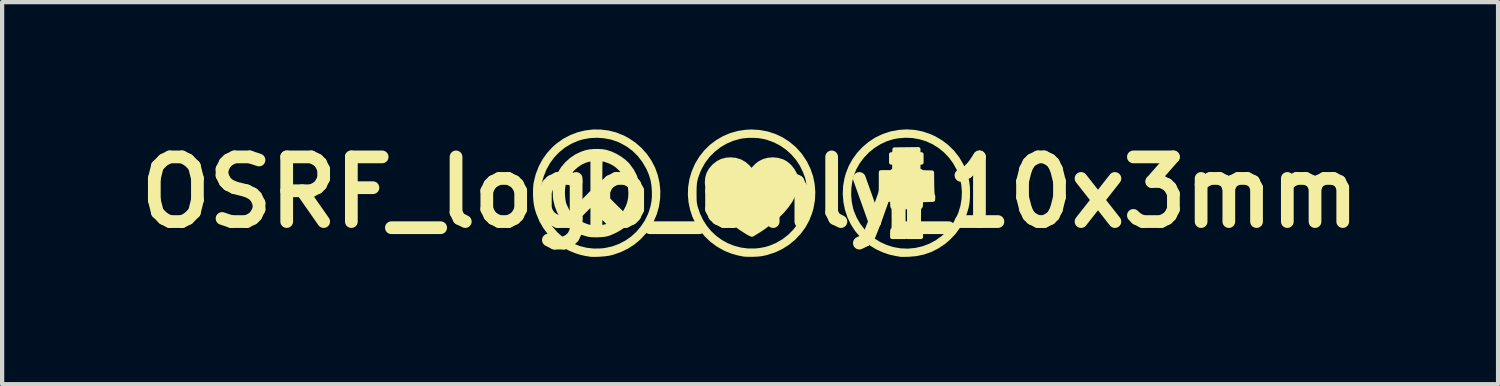
<source format=kicad_pcb>
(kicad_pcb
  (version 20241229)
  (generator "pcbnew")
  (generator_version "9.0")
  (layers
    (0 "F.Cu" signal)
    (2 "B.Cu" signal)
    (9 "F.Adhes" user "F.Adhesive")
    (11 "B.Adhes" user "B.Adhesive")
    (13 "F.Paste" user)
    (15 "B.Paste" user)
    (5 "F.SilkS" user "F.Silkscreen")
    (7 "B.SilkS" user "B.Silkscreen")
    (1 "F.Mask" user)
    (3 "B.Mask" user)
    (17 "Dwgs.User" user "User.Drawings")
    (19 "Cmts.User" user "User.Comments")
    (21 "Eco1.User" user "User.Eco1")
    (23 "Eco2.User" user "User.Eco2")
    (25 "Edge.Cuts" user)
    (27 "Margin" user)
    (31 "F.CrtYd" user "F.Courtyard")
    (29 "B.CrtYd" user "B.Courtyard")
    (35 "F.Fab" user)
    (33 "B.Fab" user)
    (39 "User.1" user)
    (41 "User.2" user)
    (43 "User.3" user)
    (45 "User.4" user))
  (footprint "OSRF_logo_only_10x3mm"
    (layer "F.Cu")
    (at 14.63 1.483)
    (property "Reference" "OSRF_logo_only_10x3mm" (at 0 0 0) (layer "F.SilkS") (effects (font (size 1.524 1.524) (thickness 0.3))))
    (attr through_hole)
    (fp_poly (pts (xy 1.086 -0.266) (xy 1.086 -0.174) (xy 1.075 -0.092) (xy 1.052 -0.009) (xy 1.023 0.063) (xy 0.955 0.194) (xy 0.863 0.327) (xy 0.751 0.459) (xy 0.618 0.59) (xy 0.467 0.717) (xy 0.299 0.84) (xy 0.182 0.917) (xy 0.133 0.947) (xy 0.09 0.973) (xy 0.06 0.991) (xy 0.045 0.998) (xy 0.03 0.994) (xy -0.002 0.979) (xy -0.044 0.956) (xy -0.094 0.926) (xy -0.1 0.922) (xy -0.227 0.84) (xy -0.336 0.763) (xy -0.435 0.686) (xy -0.529 0.605) (xy -0.617 0.52) (xy -0.74 0.388) (xy -0.84 0.261) (xy -0.917 0.136) (xy -0.972 0.014) (xy -1.005 -0.107) (xy -1.016 -0.228) (xy -1.016 -0.233) (xy -1.007 -0.343) (xy -0.978 -0.441) (xy -0.928 -0.53) (xy -0.855 -0.614) (xy -0.844 -0.625) (xy -0.756 -0.694) (xy -0.661 -0.741) (xy -0.557 -0.767) (xy -0.459 -0.774) (xy -0.342 -0.763) (xy -0.233 -0.729) (xy -0.134 -0.673) (xy -0.046 -0.596) (xy 0.016 -0.52) (xy 0.032 -0.5) (xy 0.041 -0.499) (xy 0.051 -0.514) (xy 0.077 -0.55) (xy 0.117 -0.593) (xy 0.162 -0.637) (xy 0.208 -0.674) (xy 0.231 -0.69) (xy 0.327 -0.738) (xy 0.432 -0.766) (xy 0.542 -0.774) (xy 0.652 -0.763) (xy 0.758 -0.731) (xy 0.825 -0.698) (xy 0.886 -0.653) (xy 0.947 -0.593) (xy 1.001 -0.524) (xy 1.042 -0.453) (xy 1.043 -0.451) (xy 1.065 -0.4) (xy 1.077 -0.354) (xy 1.084 -0.301) (xy 1.086 -0.266)) (stroke (width 0.1) (type solid)) (fill yes) (layer "F.SilkS"))
    (fp_poly (pts (xy 5.134 0.012) (xy 5.133 0.116) (xy 5.127 0.204) (xy 5.117 0.283) (xy 5.1 0.361) (xy 5.076 0.445) (xy 5.067 0.474) (xy 5.043 0.535) (xy 5.043 -0.009) (xy 5.029 -0.181) (xy 4.993 -0.349) (xy 4.936 -0.512) (xy 4.918 -0.55) (xy 4.83 -0.709) (xy 4.725 -0.852) (xy 4.604 -0.979) (xy 4.47 -1.087) (xy 4.324 -1.178) (xy 4.168 -1.249) (xy 4.004 -1.299) (xy 3.834 -1.329) (xy 3.659 -1.337) (xy 3.481 -1.322) (xy 3.369 -1.301) (xy 3.207 -1.251) (xy 3.051 -1.179) (xy 2.904 -1.087) (xy 2.769 -0.977) (xy 2.648 -0.851) (xy 2.542 -0.71) (xy 2.463 -0.572) (xy 2.404 -0.428) (xy 2.362 -0.272) (xy 2.338 -0.109) (xy 2.333 0.058) (xy 2.346 0.223) (xy 2.378 0.383) (xy 2.4 0.457) (xy 2.468 0.619) (xy 2.557 0.772) (xy 2.666 0.913) (xy 2.754 1.005) (xy 2.891 1.12) (xy 3.041 1.214) (xy 3.201 1.288) (xy 3.368 1.34) (xy 3.542 1.37) (xy 3.719 1.378) (xy 3.898 1.361) (xy 3.906 1.36) (xy 4.078 1.32) (xy 4.244 1.258) (xy 4.4 1.175) (xy 4.544 1.072) (xy 4.675 0.952) (xy 4.788 0.816) (xy 4.794 0.807) (xy 4.885 0.659) (xy 4.956 0.5) (xy 5.006 0.335) (xy 5.035 0.164) (xy 5.043 -0.009) (xy 5.043 0.535) (xy 5 0.643) (xy 4.911 0.802) (xy 4.803 0.95) (xy 4.677 1.083) (xy 4.562 1.18) (xy 4.407 1.283) (xy 4.247 1.363) (xy 4.08 1.42) (xy 3.905 1.456) (xy 3.731 1.47) (xy 3.669 1.471) (xy 3.614 1.472) (xy 3.571 1.472) (xy 3.547 1.471) (xy 3.544 1.47) (xy 3.524 1.466) (xy 3.487 1.46) (xy 3.441 1.452) (xy 3.435 1.451) (xy 3.288 1.418) (xy 3.137 1.365) (xy 2.991 1.297) (xy 2.866 1.221) (xy 2.798 1.17) (xy 2.723 1.104) (xy 2.647 1.031) (xy 2.577 0.956) (xy 2.519 0.886) (xy 2.517 0.883) (xy 2.419 0.731) (xy 2.341 0.569) (xy 2.285 0.398) (xy 2.249 0.221) (xy 2.235 0.041) (xy 2.243 -0.14) (xy 2.274 -0.32) (xy 2.305 -0.432) (xy 2.371 -0.599) (xy 2.458 -0.756) (xy 2.564 -0.901) (xy 2.687 -1.032) (xy 2.824 -1.148) (xy 2.974 -1.246) (xy 3.136 -1.324) (xy 3.306 -1.381) (xy 3.319 -1.385) (xy 3.508 -1.421) (xy 3.694 -1.433) (xy 3.877 -1.421) (xy 4.057 -1.385) (xy 4.234 -1.325) (xy 4.342 -1.275) (xy 4.5 -1.183) (xy 4.645 -1.072) (xy 4.774 -0.944) (xy 4.886 -0.801) (xy 4.978 -0.646) (xy 5.05 -0.48) (xy 5.053 -0.472) (xy 5.085 -0.375) (xy 5.108 -0.29) (xy 5.122 -0.209) (xy 5.131 -0.123) (xy 5.134 -0.024) (xy 5.134 0.012)) (stroke (width 0.1) (type solid)) (fill yes) (layer "F.SilkS"))
    (fp_poly (pts (xy -2.165 -0.033) (xy -2.17 0.149) (xy -2.197 0.325) (xy -2.244 0.495) (xy -2.264 0.542) (xy -2.264 -0.001) (xy -2.265 -0.041) (xy -2.276 -0.178) (xy -2.298 -0.3) (xy -2.333 -0.418) (xy -2.383 -0.538) (xy -2.407 -0.587) (xy -2.5 -0.746) (xy -2.61 -0.888) (xy -2.736 -1.013) (xy -2.878 -1.119) (xy -3.037 -1.207) (xy -3.113 -1.241) (xy -3.268 -1.292) (xy -3.433 -1.323) (xy -3.603 -1.336) (xy -3.772 -1.328) (xy -3.937 -1.3) (xy -4.068 -1.262) (xy -4.234 -1.19) (xy -4.388 -1.098) (xy -4.527 -0.987) (xy -4.65 -0.86) (xy -4.756 -0.718) (xy -4.843 -0.562) (xy -4.911 -0.393) (xy -4.936 -0.308) (xy -4.947 -0.266) (xy -4.955 -0.227) (xy -4.96 -0.186) (xy -4.963 -0.138) (xy -4.964 -0.077) (xy -4.965 0.001) (xy -4.965 0.024) (xy -4.965 0.106) (xy -4.963 0.168) (xy -4.961 0.217) (xy -4.956 0.258) (xy -4.95 0.296) (xy -4.94 0.337) (xy -4.931 0.369) (xy -4.872 0.538) (xy -4.792 0.698) (xy -4.693 0.846) (xy -4.576 0.979) (xy -4.444 1.097) (xy -4.358 1.158) (xy -4.2 1.247) (xy -4.034 1.313) (xy -3.862 1.356) (xy -3.685 1.376) (xy -3.503 1.372) (xy -3.408 1.361) (xy -3.235 1.323) (xy -3.071 1.263) (xy -2.917 1.183) (xy -2.775 1.084) (xy -2.647 0.968) (xy -2.534 0.836) (xy -2.438 0.69) (xy -2.36 0.531) (xy -2.33 0.448) (xy -2.297 0.335) (xy -2.276 0.229) (xy -2.265 0.12) (xy -2.264 -0.001) (xy -2.264 0.542) (xy -2.312 0.656) (xy -2.397 0.808) (xy -2.501 0.948) (xy -2.62 1.076) (xy -2.755 1.189) (xy -2.905 1.285) (xy -3.067 1.364) (xy -3.241 1.424) (xy -3.332 1.446) (xy -3.38 1.453) (xy -3.442 1.46) (xy -3.513 1.466) (xy -3.585 1.47) (xy -3.654 1.472) (xy -3.713 1.472) (xy -3.755 1.47) (xy -3.762 1.469) (xy -3.789 1.464) (xy -3.831 1.457) (xy -3.877 1.45) (xy -3.985 1.426) (xy -4.102 1.389) (xy -4.218 1.342) (xy -4.285 1.31) (xy -4.444 1.215) (xy -4.588 1.101) (xy -4.716 0.97) (xy -4.827 0.823) (xy -4.92 0.663) (xy -4.992 0.49) (xy -5.027 0.377) (xy -5.047 0.282) (xy -5.06 0.172) (xy -5.067 0.054) (xy -5.066 -0.062) (xy -5.059 -0.168) (xy -5.051 -0.224) (xy -5.005 -0.41) (xy -4.938 -0.585) (xy -4.851 -0.748) (xy -4.744 -0.898) (xy -4.618 -1.034) (xy -4.529 -1.112) (xy -4.379 -1.218) (xy -4.218 -1.303) (xy -4.051 -1.367) (xy -3.877 -1.409) (xy -3.7 -1.431) (xy -3.523 -1.43) (xy -3.346 -1.408) (xy -3.172 -1.364) (xy -3.004 -1.297) (xy -2.887 -1.235) (xy -2.731 -1.13) (xy -2.592 -1.008) (xy -2.47 -0.871) (xy -2.367 -0.721) (xy -2.284 -0.559) (xy -2.222 -0.387) (xy -2.184 -0.217) (xy -2.165 -0.033)) (stroke (width 0.1) (type solid)) (fill yes) (layer "F.SilkS"))
    (fp_poly (pts (xy 1.488 -0.001) (xy 1.479 0.183) (xy 1.446 0.368) (xy 1.415 0.475) (xy 1.384 0.555) (xy 1.384 0.012) (xy 1.383 -0.087) (xy 1.379 -0.168) (xy 1.371 -0.238) (xy 1.359 -0.302) (xy 1.341 -0.366) (xy 1.315 -0.437) (xy 1.294 -0.492) (xy 1.218 -0.65) (xy 1.122 -0.796) (xy 1.008 -0.928) (xy 0.879 -1.044) (xy 0.735 -1.144) (xy 0.579 -1.224) (xy 0.412 -1.285) (xy 0.314 -1.309) (xy 0.204 -1.326) (xy 0.08 -1.334) (xy -0.047 -1.333) (xy -0.168 -1.322) (xy -0.242 -1.309) (xy -0.413 -1.261) (xy -0.575 -1.192) (xy -0.727 -1.102) (xy -0.864 -0.995) (xy -0.988 -0.872) (xy -1.094 -0.734) (xy -1.181 -0.582) (xy -1.222 -0.492) (xy -1.252 -0.413) (xy -1.275 -0.344) (xy -1.291 -0.281) (xy -1.302 -0.216) (xy -1.308 -0.143) (xy -1.311 -0.056) (xy -1.311 0.012) (xy -1.311 0.097) (xy -1.31 0.163) (xy -1.307 0.215) (xy -1.302 0.258) (xy -1.295 0.298) (xy -1.286 0.34) (xy -1.23 0.512) (xy -1.155 0.671) (xy -1.062 0.817) (xy -0.953 0.949) (xy -0.829 1.065) (xy -0.692 1.165) (xy -0.544 1.247) (xy -0.386 1.309) (xy -0.221 1.352) (xy -0.049 1.374) (xy 0.127 1.374) (xy 0.242 1.361) (xy 0.37 1.337) (xy 0.487 1.301) (xy 0.605 1.252) (xy 0.637 1.237) (xy 0.789 1.149) (xy 0.929 1.041) (xy 1.053 0.917) (xy 1.161 0.777) (xy 1.251 0.624) (xy 1.322 0.461) (xy 1.358 0.34) (xy 1.368 0.298) (xy 1.375 0.258) (xy 1.38 0.214) (xy 1.382 0.162) (xy 1.384 0.096) (xy 1.384 0.012) (xy 1.384 0.555) (xy 1.349 0.644) (xy 1.262 0.801) (xy 1.155 0.946) (xy 1.032 1.077) (xy 0.894 1.192) (xy 0.742 1.289) (xy 0.577 1.368) (xy 0.403 1.425) (xy 0.393 1.428) (xy 0.317 1.446) (xy 0.25 1.458) (xy 0.182 1.465) (xy 0.101 1.469) (xy 0.085 1.47) (xy 0.016 1.471) (xy -0.051 1.47) (xy -0.11 1.468) (xy -0.152 1.464) (xy -0.154 1.464) (xy -0.286 1.437) (xy -0.424 1.397) (xy -0.557 1.345) (xy -0.6 1.325) (xy -0.761 1.233) (xy -0.905 1.126) (xy -1.033 1.003) (xy -1.144 0.867) (xy -1.236 0.72) (xy -1.311 0.563) (xy -1.365 0.4) (xy -1.401 0.23) (xy -1.416 0.057) (xy -1.41 -0.118) (xy -1.382 -0.294) (xy -1.332 -0.467) (xy -1.259 -0.637) (xy -1.252 -0.652) (xy -1.156 -0.811) (xy -1.043 -0.954) (xy -0.914 -1.081) (xy -0.771 -1.189) (xy -0.616 -1.279) (xy -0.45 -1.349) (xy -0.275 -1.398) (xy -0.092 -1.425) (xy 0.036 -1.431) (xy 0.224 -1.419) (xy 0.405 -1.385) (xy 0.578 -1.329) (xy 0.742 -1.252) (xy 0.894 -1.154) (xy 1.034 -1.038) (xy 1.159 -0.903) (xy 1.192 -0.86) (xy 1.296 -0.702) (xy 1.378 -0.536) (xy 1.438 -0.362) (xy 1.474 -0.183) (xy 1.488 -0.001)) (stroke (width 0.1) (type solid)) (fill yes) (layer "F.SilkS"))
    (fp_poly (pts (xy -2.637 0.018) (xy -2.648 0.174) (xy -2.682 0.324) (xy -2.738 0.465) (xy -2.814 0.595) (xy -2.818 0.6) (xy -2.818 0.012) (xy -2.829 -0.126) (xy -2.862 -0.255) (xy -2.917 -0.375) (xy -2.996 -0.487) (xy -3.054 -0.551) (xy -3.117 -0.61) (xy -3.174 -0.655) (xy -3.236 -0.692) (xy -3.249 -0.699) (xy -3.307 -0.726) (xy -3.37 -0.75) (xy -3.432 -0.77) (xy -3.485 -0.782) (xy -3.517 -0.786) (xy -3.521 -0.781) (xy -3.525 -0.764) (xy -3.527 -0.734) (xy -3.529 -0.688) (xy -3.531 -0.625) (xy -3.531 -0.542) (xy -3.532 -0.437) (xy -3.532 -0.402) (xy -3.532 -0.018) (xy -3.263 0.251) (xy -3.197 0.317) (xy -3.136 0.377) (xy -3.083 0.429) (xy -3.039 0.471) (xy -3.008 0.502) (xy -2.99 0.518) (xy -2.987 0.52) (xy -2.978 0.511) (xy -2.961 0.486) (xy -2.94 0.454) (xy -2.882 0.344) (xy -2.844 0.236) (xy -2.823 0.121) (xy -2.818 0.012) (xy -2.818 0.6) (xy -2.91 0.713) (xy -3.002 0.798) (xy -3.068 0.845) (xy -3.115 0.872) (xy -3.115 0.654) (xy -3.323 0.445) (xy -3.532 0.236) (xy -3.532 0.529) (xy -3.532 0.822) (xy -3.505 0.822) (xy -3.478 0.819) (xy -3.438 0.811) (xy -3.411 0.805) (xy -3.36 0.788) (xy -3.301 0.763) (xy -3.24 0.734) (xy -3.185 0.705) (xy -3.146 0.679) (xy -3.145 0.678) (xy -3.115 0.654) (xy -3.115 0.872) (xy -3.148 0.892) (xy -3.235 0.935) (xy -3.318 0.97) (xy -3.369 0.986) (xy -3.434 0.999) (xy -3.514 1.007) (xy -3.602 1.011) (xy -3.689 1.01) (xy -3.713 1.009) (xy -3.713 0.822) (xy -3.713 0.535) (xy -3.713 0.248) (xy -3.713 -0.013) (xy -3.713 -0.401) (xy -3.713 -0.789) (xy -3.759 -0.78) (xy -3.881 -0.748) (xy -3.993 -0.697) (xy -4.098 -0.625) (xy -4.18 -0.551) (xy -4.271 -0.444) (xy -4.341 -0.329) (xy -4.389 -0.207) (xy -4.398 -0.174) (xy -4.409 -0.1) (xy -4.414 -0.013) (xy -4.412 0.079) (xy -4.403 0.168) (xy -4.389 0.246) (xy -4.38 0.278) (xy -4.363 0.32) (xy -4.341 0.368) (xy -4.316 0.417) (xy -4.291 0.461) (xy -4.269 0.496) (xy -4.252 0.517) (xy -4.246 0.52) (xy -4.236 0.512) (xy -4.21 0.488) (xy -4.172 0.451) (xy -4.124 0.404) (xy -4.067 0.347) (xy -4.004 0.283) (xy -3.975 0.254) (xy -3.713 -0.013) (xy -3.713 0.248) (xy -3.916 0.451) (xy -4.118 0.654) (xy -4.088 0.677) (xy -4.035 0.713) (xy -3.97 0.747) (xy -3.9 0.778) (xy -3.831 0.803) (xy -3.771 0.818) (xy -3.74 0.822) (xy -3.713 0.822) (xy -3.713 1.009) (xy -3.767 1.005) (xy -3.816 0.997) (xy -3.964 0.952) (xy -4.1 0.887) (xy -4.223 0.803) (xy -4.332 0.702) (xy -4.425 0.586) (xy -4.5 0.456) (xy -4.556 0.315) (xy -4.591 0.163) (xy -4.596 0.126) (xy -4.602 -0.022) (xy -4.586 -0.166) (xy -4.548 -0.306) (xy -4.491 -0.438) (xy -4.415 -0.561) (xy -4.322 -0.672) (xy -4.214 -0.769) (xy -4.093 -0.851) (xy -3.958 -0.914) (xy -3.864 -0.945) (xy -3.779 -0.962) (xy -3.681 -0.971) (xy -3.579 -0.972) (xy -3.482 -0.966) (xy -3.398 -0.952) (xy -3.393 -0.95) (xy -3.282 -0.914) (xy -3.17 -0.862) (xy -3.063 -0.798) (xy -2.967 -0.727) (xy -2.888 -0.651) (xy -2.877 -0.637) (xy -2.784 -0.51) (xy -2.714 -0.376) (xy -2.667 -0.236) (xy -2.642 -0.087) (xy -2.637 0.018)) (stroke (width 0.1) (type solid)) (fill yes) (layer "F.SilkS"))
    (fp_poly (pts (xy 4.316 0.112) (xy 4.316 0.124) (xy 4.312 0.175) (xy 4.2 0.179) (xy 4.088 0.182) (xy 4.088 0.127) (xy 4.091 0.095) (xy 4.097 0.075) (xy 4.1 0.073) (xy 4.105 0.061) (xy 4.109 0.028) (xy 4.112 -0.025) (xy 4.112 -0.085) (xy 4.112 -0.242) (xy 4.07 -0.242) (xy 4.028 -0.242) (xy 4.028 0.05) (xy 4.028 0.141) (xy 4.027 0.211) (xy 4.026 0.263) (xy 4.025 0.299) (xy 4.022 0.322) (xy 4.018 0.336) (xy 4.012 0.343) (xy 4.005 0.347) (xy 4.004 0.347) (xy 3.996 0.35) (xy 3.99 0.357) (xy 3.985 0.37) (xy 3.982 0.393) (xy 3.981 0.428) (xy 3.98 0.479) (xy 3.979 0.549) (xy 3.979 0.618) (xy 3.979 0.705) (xy 3.98 0.77) (xy 3.981 0.817) (xy 3.983 0.849) (xy 3.986 0.868) (xy 3.99 0.878) (xy 3.997 0.882) (xy 4.004 0.883) (xy 4.016 0.885) (xy 4.024 0.896) (xy 4.027 0.919) (xy 4.028 0.961) (xy 4.028 0.968) (xy 4.028 1.052) (xy 3.87 1.052) (xy 3.713 1.052) (xy 3.713 0.968) (xy 3.714 0.922) (xy 3.718 0.895) (xy 3.726 0.884) (xy 3.731 0.883) (xy 3.737 0.88) (xy 3.742 0.87) (xy 3.745 0.849) (xy 3.747 0.815) (xy 3.749 0.765) (xy 3.749 0.695) (xy 3.75 0.617) (xy 3.75 0.351) (xy 3.683 0.351) (xy 3.616 0.351) (xy 3.616 0.617) (xy 3.617 0.704) (xy 3.617 0.769) (xy 3.618 0.816) (xy 3.62 0.848) (xy 3.623 0.868) (xy 3.627 0.878) (xy 3.634 0.882) (xy 3.641 0.883) (xy 3.653 0.885) (xy 3.661 0.896) (xy 3.664 0.919) (xy 3.665 0.961) (xy 3.665 0.968) (xy 3.665 1.052) (xy 3.508 1.052) (xy 3.35 1.052) (xy 3.35 0.968) (xy 3.351 0.922) (xy 3.355 0.895) (xy 3.363 0.884) (xy 3.369 0.883) (xy 3.375 0.88) (xy 3.379 0.87) (xy 3.382 0.849) (xy 3.385 0.815) (xy 3.386 0.765) (xy 3.387 0.695) (xy 3.387 0.617) (xy 3.386 0.529) (xy 3.386 0.462) (xy 3.384 0.414) (xy 3.382 0.382) (xy 3.379 0.362) (xy 3.374 0.353) (xy 3.369 0.351) (xy 3.363 0.348) (xy 3.358 0.338) (xy 3.355 0.318) (xy 3.353 0.285) (xy 3.351 0.237) (xy 3.351 0.171) (xy 3.35 0.084) (xy 3.35 0.054) (xy 3.35 -0.242) (xy 3.308 -0.242) (xy 3.266 -0.242) (xy 3.266 -0.085) (xy 3.267 -0.012) (xy 3.27 0.039) (xy 3.274 0.067) (xy 3.279 0.073) (xy 3.286 0.084) (xy 3.288 0.113) (xy 3.288 0.124) (xy 3.284 0.175) (xy 3.172 0.179) (xy 3.06 0.182) (xy 3.06 0.127) (xy 3.062 0.095) (xy 3.069 0.075) (xy 3.072 0.073) (xy 3.076 0.061) (xy 3.08 0.026) (xy 3.082 -0.031) (xy 3.084 -0.108) (xy 3.084 -0.2) (xy 3.084 -0.472) (xy 3.217 -0.472) (xy 3.277 -0.472) (xy 3.316 -0.474) (xy 3.339 -0.478) (xy 3.349 -0.484) (xy 3.35 -0.49) (xy 3.355 -0.499) (xy 3.371 -0.504) (xy 3.403 -0.507) (xy 3.453 -0.508) (xy 3.505 -0.509) (xy 3.536 -0.512) (xy 3.552 -0.517) (xy 3.556 -0.526) (xy 3.551 -0.536) (xy 3.532 -0.542) (xy 3.495 -0.544) (xy 3.477 -0.544) (xy 3.399 -0.544) (xy 3.399 -0.623) (xy 3.399 -0.702) (xy 3.362 -0.702) (xy 3.326 -0.702) (xy 3.326 -0.798) (xy 3.326 -0.895) (xy 3.362 -0.895) (xy 3.383 -0.897) (xy 3.394 -0.906) (xy 3.399 -0.93) (xy 3.401 -0.953) (xy 3.405 -1.01) (xy 3.686 -1.013) (xy 3.967 -1.016) (xy 3.967 -0.956) (xy 3.968 -0.92) (xy 3.973 -0.902) (xy 3.985 -0.896) (xy 4.004 -0.895) (xy 4.04 -0.895) (xy 4.04 -0.798) (xy 4.04 -0.702) (xy 4.004 -0.702) (xy 3.967 -0.702) (xy 3.967 -0.623) (xy 3.967 -0.544) (xy 3.889 -0.544) (xy 3.845 -0.543) (xy 3.82 -0.539) (xy 3.811 -0.53) (xy 3.81 -0.526) (xy 3.814 -0.517) (xy 3.83 -0.512) (xy 3.861 -0.509) (xy 3.911 -0.508) (xy 3.919 -0.508) (xy 3.972 -0.507) (xy 4.005 -0.505) (xy 4.023 -0.499) (xy 4.028 -0.491) (xy 4.028 -0.49) (xy 4.032 -0.482) (xy 4.048 -0.476) (xy 4.079 -0.473) (xy 4.129 -0.47) (xy 4.158 -0.469) (xy 4.288 -0.466) (xy 4.291 -0.197) (xy 4.293 -0.098) (xy 4.295 -0.021) (xy 4.299 0.034) (xy 4.303 0.065) (xy 4.307 0.073) (xy 4.314 0.083) (xy 4.316 0.112)) (stroke (width 0.1) (type solid)) (fill yes) (layer "F.SilkS")))
  (gr_rect
    (start -3 -3)
    (end 32.261 6.005)
    (stroke (width 0.1) (type default))
    (fill no)
    (layer "Edge.Cuts")))
</source>
